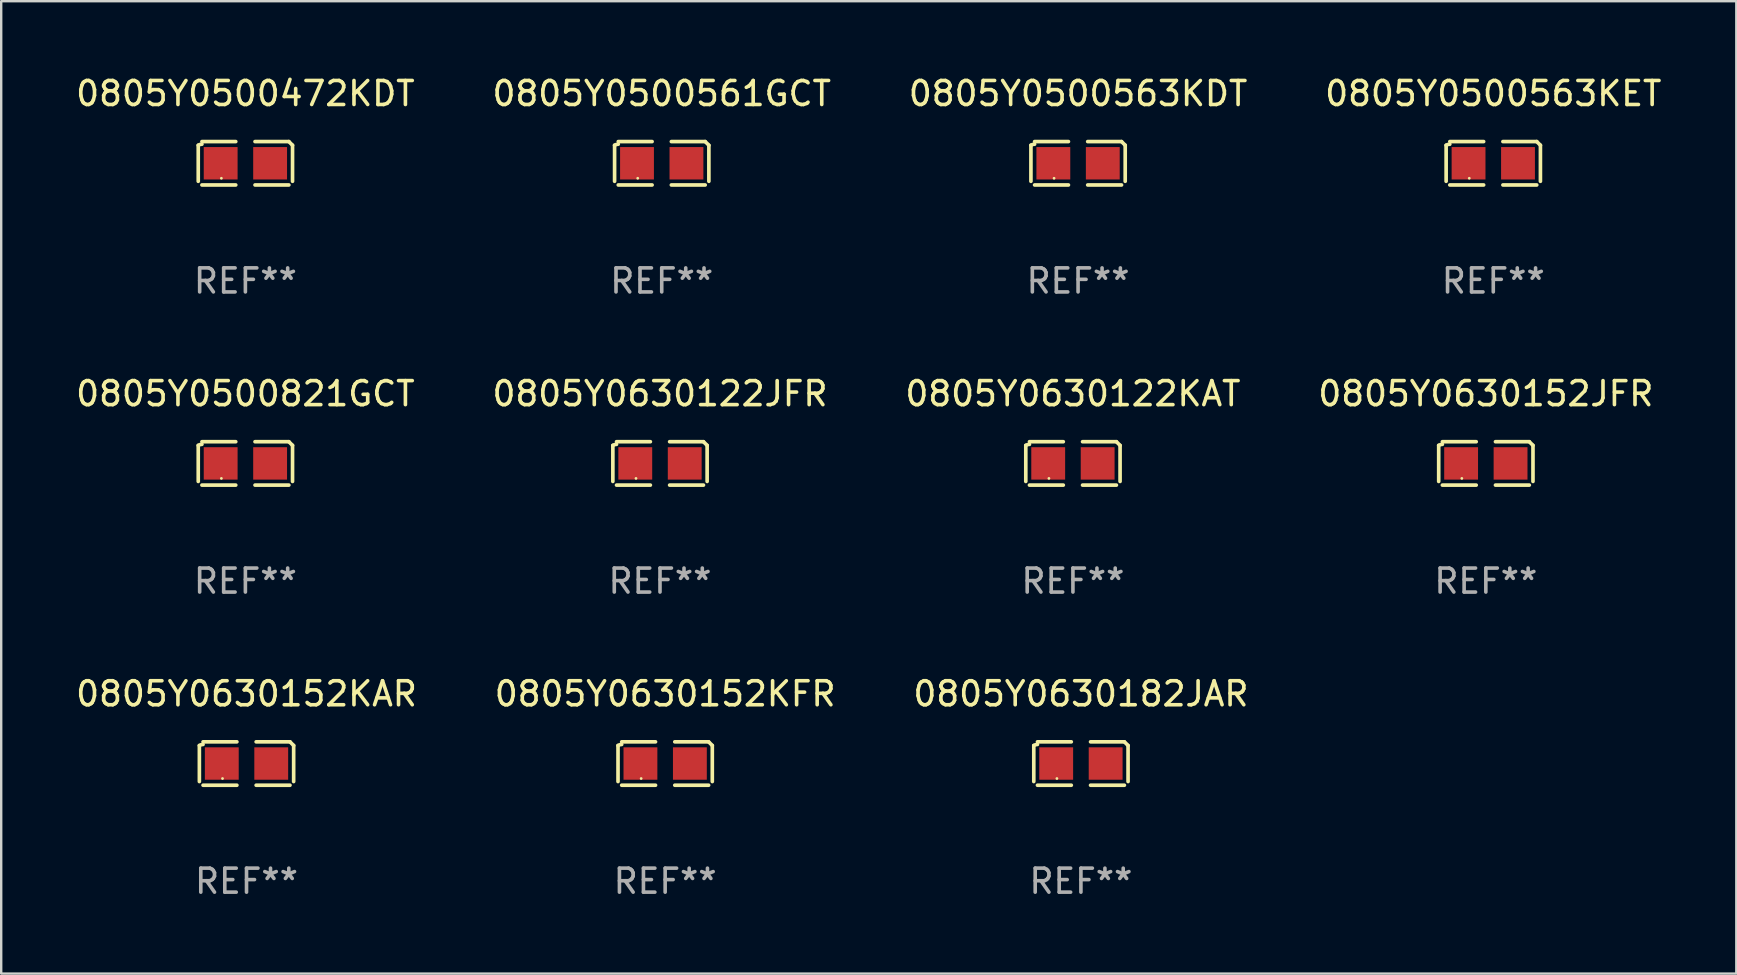
<source format=kicad_pcb>
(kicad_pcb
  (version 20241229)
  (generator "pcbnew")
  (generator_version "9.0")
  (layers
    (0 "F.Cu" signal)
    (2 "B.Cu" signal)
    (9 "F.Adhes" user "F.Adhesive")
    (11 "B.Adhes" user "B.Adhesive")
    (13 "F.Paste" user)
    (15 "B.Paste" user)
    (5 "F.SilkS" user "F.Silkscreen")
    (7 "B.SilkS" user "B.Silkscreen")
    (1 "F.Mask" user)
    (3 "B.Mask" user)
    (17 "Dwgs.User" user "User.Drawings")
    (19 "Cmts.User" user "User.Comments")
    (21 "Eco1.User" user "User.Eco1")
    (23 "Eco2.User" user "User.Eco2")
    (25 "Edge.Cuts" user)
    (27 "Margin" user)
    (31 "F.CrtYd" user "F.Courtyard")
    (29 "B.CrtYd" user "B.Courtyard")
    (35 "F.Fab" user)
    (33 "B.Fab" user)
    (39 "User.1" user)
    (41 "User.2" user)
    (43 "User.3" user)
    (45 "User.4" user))
  (footprint "0805Y0630152JFR"
    (layer "F.Cu")
    (at 58.851 16.256)
    (property "Reference" "0805Y0630152JFR" (at 0 -2.904 0) (layer "F.SilkS") (effects (font (size 1 1) (thickness 0.15))))
    (attr through_hole)
    (fp_line (start -1.964 0.751) (end -1.964 -0.751) (stroke (width 0.152) (type solid)) (layer "F.SilkS"))
    (fp_line (start -1.811 -0.904) (end -0.401 -0.904) (stroke (width 0.152) (type solid)) (layer "F.SilkS"))
    (fp_line (start -0.401 0.904) (end -1.811 0.904) (stroke (width 0.152) (type solid)) (layer "F.SilkS"))
    (fp_line (start 0.401 0.904) (end 1.811 0.904) (stroke (width 0.152) (type solid)) (layer "F.SilkS"))
    (fp_line (start 1.811 -0.904) (end 0.401 -0.904) (stroke (width 0.152) (type solid)) (layer "F.SilkS"))
    (fp_line (start 1.964 0.751) (end 1.964 -0.751) (stroke (width 0.152) (type solid)) (layer "F.SilkS"))
    (fp_arc (start -1.963602 -0.751207) (mid -1.890354 -0.783131) (end -1.811201 -0.794044) (stroke (width 0.1524) (type solid)) (layer "F.SilkS"))
    (fp_arc (start 1.811202 -0.903607) (mid 1.887413 -0.827418) (end 1.963602 -0.751207) (stroke (width 0.1524) (type solid)) (layer "F.SilkS"))
    (fp_circle (center -1 0.625) (end -0.97 0.625) (stroke (width 0.06) (type solid)) (fill no) (layer "F.SilkS"))
    (fp_text user "REF**" (at 0 4.904 0) (layer "F.Fab") (effects (font (size 1 1) (thickness 0.15))))
    (pad "1" smd rect (at -1.03 0) (size 1.41 1.35) (layers "F.Cu" "F.Mask" "F.Paste"))
    (pad "2" smd rect (at 1.03 0) (size 1.41 1.35) (layers "F.Cu" "F.Mask" "F.Paste")))
  (footprint "0805Y0500472KDT"
    (layer "F.Cu")
    (at 7.173 3.752)
    (property "Reference" "0805Y0500472KDT" (at 0 -2.904 0) (layer "F.SilkS") (effects (font (size 1 1) (thickness 0.15))))
    (attr through_hole)
    (fp_line (start -1.964 0.751) (end -1.964 -0.751) (stroke (width 0.152) (type solid)) (layer "F.SilkS"))
    (fp_line (start -1.811 -0.904) (end -0.401 -0.904) (stroke (width 0.152) (type solid)) (layer "F.SilkS"))
    (fp_line (start -0.401 0.904) (end -1.811 0.904) (stroke (width 0.152) (type solid)) (layer "F.SilkS"))
    (fp_line (start 0.401 0.904) (end 1.811 0.904) (stroke (width 0.152) (type solid)) (layer "F.SilkS"))
    (fp_line (start 1.811 -0.904) (end 0.401 -0.904) (stroke (width 0.152) (type solid)) (layer "F.SilkS"))
    (fp_line (start 1.964 0.751) (end 1.964 -0.751) (stroke (width 0.152) (type solid)) (layer "F.SilkS"))
    (fp_arc (start -1.963602 -0.751207) (mid -1.890354 -0.783131) (end -1.811201 -0.794044) (stroke (width 0.1524) (type solid)) (layer "F.SilkS"))
    (fp_arc (start 1.811202 -0.903607) (mid 1.887413 -0.827418) (end 1.963602 -0.751207) (stroke (width 0.1524) (type solid)) (layer "F.SilkS"))
    (fp_circle (center -1 0.625) (end -0.97 0.625) (stroke (width 0.06) (type solid)) (fill no) (layer "F.SilkS"))
    (fp_text user "REF**" (at 0 4.904 0) (layer "F.Fab") (effects (font (size 1 1) (thickness 0.15))))
    (pad "1" smd rect (at -1.03 0) (size 1.41 1.35) (layers "F.Cu" "F.Mask" "F.Paste"))
    (pad "2" smd rect (at 1.03 0) (size 1.41 1.35) (layers "F.Cu" "F.Mask" "F.Paste")))
  (footprint "0805Y0630152KAR"
    (layer "F.Cu")
    (at 7.22 28.759)
    (property "Reference" "0805Y0630152KAR" (at 0 -2.904 0) (layer "F.SilkS") (effects (font (size 1 1) (thickness 0.15))))
    (attr through_hole)
    (fp_line (start -1.964 0.751) (end -1.964 -0.751) (stroke (width 0.152) (type solid)) (layer "F.SilkS"))
    (fp_line (start -1.811 -0.904) (end -0.401 -0.904) (stroke (width 0.152) (type solid)) (layer "F.SilkS"))
    (fp_line (start -0.401 0.904) (end -1.811 0.904) (stroke (width 0.152) (type solid)) (layer "F.SilkS"))
    (fp_line (start 0.401 0.904) (end 1.811 0.904) (stroke (width 0.152) (type solid)) (layer "F.SilkS"))
    (fp_line (start 1.811 -0.904) (end 0.401 -0.904) (stroke (width 0.152) (type solid)) (layer "F.SilkS"))
    (fp_line (start 1.964 0.751) (end 1.964 -0.751) (stroke (width 0.152) (type solid)) (layer "F.SilkS"))
    (fp_arc (start -1.963602 -0.751207) (mid -1.890354 -0.783131) (end -1.811201 -0.794044) (stroke (width 0.1524) (type solid)) (layer "F.SilkS"))
    (fp_arc (start 1.811202 -0.903607) (mid 1.887413 -0.827418) (end 1.963602 -0.751207) (stroke (width 0.1524) (type solid)) (layer "F.SilkS"))
    (fp_circle (center -1 0.625) (end -0.97 0.625) (stroke (width 0.06) (type solid)) (fill no) (layer "F.SilkS"))
    (fp_text user "REF**" (at 0 4.904 0) (layer "F.Fab") (effects (font (size 1 1) (thickness 0.15))))
    (pad "1" smd rect (at -1.03 0) (size 1.41 1.35) (layers "F.Cu" "F.Mask" "F.Paste"))
    (pad "2" smd rect (at 1.03 0) (size 1.41 1.35) (layers "F.Cu" "F.Mask" "F.Paste")))
  (footprint "0805Y0500563KET"
    (layer "F.Cu")
    (at 59.161 3.752)
    (property "Reference" "0805Y0500563KET" (at 0 -2.904 0) (layer "F.SilkS") (effects (font (size 1 1) (thickness 0.15))))
    (attr through_hole)
    (fp_line (start -1.964 0.751) (end -1.964 -0.751) (stroke (width 0.152) (type solid)) (layer "F.SilkS"))
    (fp_line (start -1.811 -0.904) (end -0.401 -0.904) (stroke (width 0.152) (type solid)) (layer "F.SilkS"))
    (fp_line (start -0.401 0.904) (end -1.811 0.904) (stroke (width 0.152) (type solid)) (layer "F.SilkS"))
    (fp_line (start 0.401 0.904) (end 1.811 0.904) (stroke (width 0.152) (type solid)) (layer "F.SilkS"))
    (fp_line (start 1.811 -0.904) (end 0.401 -0.904) (stroke (width 0.152) (type solid)) (layer "F.SilkS"))
    (fp_line (start 1.964 0.751) (end 1.964 -0.751) (stroke (width 0.152) (type solid)) (layer "F.SilkS"))
    (fp_arc (start -1.963602 -0.751207) (mid -1.890354 -0.783131) (end -1.811201 -0.794044) (stroke (width 0.1524) (type solid)) (layer "F.SilkS"))
    (fp_arc (start 1.811202 -0.903607) (mid 1.887413 -0.827418) (end 1.963602 -0.751207) (stroke (width 0.1524) (type solid)) (layer "F.SilkS"))
    (fp_circle (center -1 0.625) (end -0.97 0.625) (stroke (width 0.06) (type solid)) (fill no) (layer "F.SilkS"))
    (fp_text user "REF**" (at 0 4.904 0) (layer "F.Fab") (effects (font (size 1 1) (thickness 0.15))))
    (pad "1" smd rect (at -1.03 0) (size 1.41 1.35) (layers "F.Cu" "F.Mask" "F.Paste"))
    (pad "2" smd rect (at 1.03 0) (size 1.41 1.35) (layers "F.Cu" "F.Mask" "F.Paste")))
  (footprint "0805Y0630122JFR"
    (layer "F.Cu")
    (at 24.446 16.256)
    (property "Reference" "0805Y0630122JFR" (at 0 -2.904 0) (layer "F.SilkS") (effects (font (size 1 1) (thickness 0.15))))
    (attr through_hole)
    (fp_line (start -1.964 0.751) (end -1.964 -0.751) (stroke (width 0.152) (type solid)) (layer "F.SilkS"))
    (fp_line (start -1.811 -0.904) (end -0.401 -0.904) (stroke (width 0.152) (type solid)) (layer "F.SilkS"))
    (fp_line (start -0.401 0.904) (end -1.811 0.904) (stroke (width 0.152) (type solid)) (layer "F.SilkS"))
    (fp_line (start 0.401 0.904) (end 1.811 0.904) (stroke (width 0.152) (type solid)) (layer "F.SilkS"))
    (fp_line (start 1.811 -0.904) (end 0.401 -0.904) (stroke (width 0.152) (type solid)) (layer "F.SilkS"))
    (fp_line (start 1.964 0.751) (end 1.964 -0.751) (stroke (width 0.152) (type solid)) (layer "F.SilkS"))
    (fp_arc (start -1.963602 -0.751207) (mid -1.890354 -0.783131) (end -1.811201 -0.794044) (stroke (width 0.1524) (type solid)) (layer "F.SilkS"))
    (fp_arc (start 1.811202 -0.903607) (mid 1.887413 -0.827418) (end 1.963602 -0.751207) (stroke (width 0.1524) (type solid)) (layer "F.SilkS"))
    (fp_circle (center -1 0.625) (end -0.97 0.625) (stroke (width 0.06) (type solid)) (fill no) (layer "F.SilkS"))
    (fp_text user "REF**" (at 0 4.904 0) (layer "F.Fab") (effects (font (size 1 1) (thickness 0.15))))
    (pad "1" smd rect (at -1.03 0) (size 1.41 1.35) (layers "F.Cu" "F.Mask" "F.Paste"))
    (pad "2" smd rect (at 1.03 0) (size 1.41 1.35) (layers "F.Cu" "F.Mask" "F.Paste")))
  (footprint "0805Y0630122KAT"
    (layer "F.Cu")
    (at 41.649 16.256)
    (property "Reference" "0805Y0630122KAT" (at 0 -2.904 0) (layer "F.SilkS") (effects (font (size 1 1) (thickness 0.15))))
    (attr through_hole)
    (fp_line (start -1.964 0.751) (end -1.964 -0.751) (stroke (width 0.152) (type solid)) (layer "F.SilkS"))
    (fp_line (start -1.811 -0.904) (end -0.401 -0.904) (stroke (width 0.152) (type solid)) (layer "F.SilkS"))
    (fp_line (start -0.401 0.904) (end -1.811 0.904) (stroke (width 0.152) (type solid)) (layer "F.SilkS"))
    (fp_line (start 0.401 0.904) (end 1.811 0.904) (stroke (width 0.152) (type solid)) (layer "F.SilkS"))
    (fp_line (start 1.811 -0.904) (end 0.401 -0.904) (stroke (width 0.152) (type solid)) (layer "F.SilkS"))
    (fp_line (start 1.964 0.751) (end 1.964 -0.751) (stroke (width 0.152) (type solid)) (layer "F.SilkS"))
    (fp_arc (start -1.963602 -0.751207) (mid -1.890354 -0.783131) (end -1.811201 -0.794044) (stroke (width 0.1524) (type solid)) (layer "F.SilkS"))
    (fp_arc (start 1.811202 -0.903607) (mid 1.887413 -0.827418) (end 1.963602 -0.751207) (stroke (width 0.1524) (type solid)) (layer "F.SilkS"))
    (fp_circle (center -1 0.625) (end -0.97 0.625) (stroke (width 0.06) (type solid)) (fill no) (layer "F.SilkS"))
    (fp_text user "REF**" (at 0 4.904 0) (layer "F.Fab") (effects (font (size 1 1) (thickness 0.15))))
    (pad "1" smd rect (at -1.03 0) (size 1.41 1.35) (layers "F.Cu" "F.Mask" "F.Paste"))
    (pad "2" smd rect (at 1.03 0) (size 1.41 1.35) (layers "F.Cu" "F.Mask" "F.Paste")))
  (footprint "0805Y0500821GCT"
    (layer "F.Cu")
    (at 7.173 16.256)
    (property "Reference" "0805Y0500821GCT" (at 0 -2.904 0) (layer "F.SilkS") (effects (font (size 1 1) (thickness 0.15))))
    (attr through_hole)
    (fp_line (start -1.964 0.751) (end -1.964 -0.751) (stroke (width 0.152) (type solid)) (layer "F.SilkS"))
    (fp_line (start -1.811 -0.904) (end -0.401 -0.904) (stroke (width 0.152) (type solid)) (layer "F.SilkS"))
    (fp_line (start -0.401 0.904) (end -1.811 0.904) (stroke (width 0.152) (type solid)) (layer "F.SilkS"))
    (fp_line (start 0.401 0.904) (end 1.811 0.904) (stroke (width 0.152) (type solid)) (layer "F.SilkS"))
    (fp_line (start 1.811 -0.904) (end 0.401 -0.904) (stroke (width 0.152) (type solid)) (layer "F.SilkS"))
    (fp_line (start 1.964 0.751) (end 1.964 -0.751) (stroke (width 0.152) (type solid)) (layer "F.SilkS"))
    (fp_arc (start -1.963602 -0.751207) (mid -1.890354 -0.783131) (end -1.811201 -0.794044) (stroke (width 0.1524) (type solid)) (layer "F.SilkS"))
    (fp_arc (start 1.811202 -0.903607) (mid 1.887413 -0.827418) (end 1.963602 -0.751207) (stroke (width 0.1524) (type solid)) (layer "F.SilkS"))
    (fp_circle (center -1 0.625) (end -0.97 0.625) (stroke (width 0.06) (type solid)) (fill no) (layer "F.SilkS"))
    (fp_text user "REF**" (at 0 4.904 0) (layer "F.Fab") (effects (font (size 1 1) (thickness 0.15))))
    (pad "1" smd rect (at -1.03 0) (size 1.41 1.35) (layers "F.Cu" "F.Mask" "F.Paste"))
    (pad "2" smd rect (at 1.03 0) (size 1.41 1.35) (layers "F.Cu" "F.Mask" "F.Paste")))
  (footprint "0805Y0500561GCT"
    (layer "F.Cu")
    (at 24.518 3.752)
    (property "Reference" "0805Y0500561GCT" (at 0 -2.904 0) (layer "F.SilkS") (effects (font (size 1 1) (thickness 0.15))))
    (attr through_hole)
    (fp_line (start -1.964 0.751) (end -1.964 -0.751) (stroke (width 0.152) (type solid)) (layer "F.SilkS"))
    (fp_line (start -1.811 -0.904) (end -0.401 -0.904) (stroke (width 0.152) (type solid)) (layer "F.SilkS"))
    (fp_line (start -0.401 0.904) (end -1.811 0.904) (stroke (width 0.152) (type solid)) (layer "F.SilkS"))
    (fp_line (start 0.401 0.904) (end 1.811 0.904) (stroke (width 0.152) (type solid)) (layer "F.SilkS"))
    (fp_line (start 1.811 -0.904) (end 0.401 -0.904) (stroke (width 0.152) (type solid)) (layer "F.SilkS"))
    (fp_line (start 1.964 0.751) (end 1.964 -0.751) (stroke (width 0.152) (type solid)) (layer "F.SilkS"))
    (fp_arc (start -1.963602 -0.751207) (mid -1.890354 -0.783131) (end -1.811201 -0.794044) (stroke (width 0.1524) (type solid)) (layer "F.SilkS"))
    (fp_arc (start 1.811202 -0.903607) (mid 1.887413 -0.827418) (end 1.963602 -0.751207) (stroke (width 0.1524) (type solid)) (layer "F.SilkS"))
    (fp_circle (center -1 0.625) (end -0.97 0.625) (stroke (width 0.06) (type solid)) (fill no) (layer "F.SilkS"))
    (fp_text user "REF**" (at 0 4.904 0) (layer "F.Fab") (effects (font (size 1 1) (thickness 0.15))))
    (pad "1" smd rect (at -1.03 0) (size 1.41 1.35) (layers "F.Cu" "F.Mask" "F.Paste"))
    (pad "2" smd rect (at 1.03 0) (size 1.41 1.35) (layers "F.Cu" "F.Mask" "F.Paste")))
  (footprint "0805Y0630182JAR"
    (layer "F.Cu")
    (at 41.982 28.759)
    (property "Reference" "0805Y0630182JAR" (at 0 -2.904 0) (layer "F.SilkS") (effects (font (size 1 1) (thickness 0.15))))
    (attr through_hole)
    (fp_line (start -1.964 0.751) (end -1.964 -0.751) (stroke (width 0.152) (type solid)) (layer "F.SilkS"))
    (fp_line (start -1.811 -0.904) (end -0.401 -0.904) (stroke (width 0.152) (type solid)) (layer "F.SilkS"))
    (fp_line (start -0.401 0.904) (end -1.811 0.904) (stroke (width 0.152) (type solid)) (layer "F.SilkS"))
    (fp_line (start 0.401 0.904) (end 1.811 0.904) (stroke (width 0.152) (type solid)) (layer "F.SilkS"))
    (fp_line (start 1.811 -0.904) (end 0.401 -0.904) (stroke (width 0.152) (type solid)) (layer "F.SilkS"))
    (fp_line (start 1.964 0.751) (end 1.964 -0.751) (stroke (width 0.152) (type solid)) (layer "F.SilkS"))
    (fp_arc (start -1.963602 -0.751207) (mid -1.890354 -0.783131) (end -1.811201 -0.794044) (stroke (width 0.1524) (type solid)) (layer "F.SilkS"))
    (fp_arc (start 1.811202 -0.903607) (mid 1.887413 -0.827418) (end 1.963602 -0.751207) (stroke (width 0.1524) (type solid)) (layer "F.SilkS"))
    (fp_circle (center -1 0.625) (end -0.97 0.625) (stroke (width 0.06) (type solid)) (fill no) (layer "F.SilkS"))
    (fp_text user "REF**" (at 0 4.904 0) (layer "F.Fab") (effects (font (size 1 1) (thickness 0.15))))
    (pad "1" smd rect (at -1.03 0) (size 1.41 1.35) (layers "F.Cu" "F.Mask" "F.Paste"))
    (pad "2" smd rect (at 1.03 0) (size 1.41 1.35) (layers "F.Cu" "F.Mask" "F.Paste")))
  (footprint "0805Y0630152KFR"
    (layer "F.Cu")
    (at 24.661 28.759)
    (property "Reference" "0805Y0630152KFR" (at 0 -2.904 0) (layer "F.SilkS") (effects (font (size 1 1) (thickness 0.15))))
    (attr through_hole)
    (fp_line (start -1.964 0.751) (end -1.964 -0.751) (stroke (width 0.152) (type solid)) (layer "F.SilkS"))
    (fp_line (start -1.811 -0.904) (end -0.401 -0.904) (stroke (width 0.152) (type solid)) (layer "F.SilkS"))
    (fp_line (start -0.401 0.904) (end -1.811 0.904) (stroke (width 0.152) (type solid)) (layer "F.SilkS"))
    (fp_line (start 0.401 0.904) (end 1.811 0.904) (stroke (width 0.152) (type solid)) (layer "F.SilkS"))
    (fp_line (start 1.811 -0.904) (end 0.401 -0.904) (stroke (width 0.152) (type solid)) (layer "F.SilkS"))
    (fp_line (start 1.964 0.751) (end 1.964 -0.751) (stroke (width 0.152) (type solid)) (layer "F.SilkS"))
    (fp_arc (start -1.963602 -0.751207) (mid -1.890354 -0.783131) (end -1.811201 -0.794044) (stroke (width 0.1524) (type solid)) (layer "F.SilkS"))
    (fp_arc (start 1.811202 -0.903607) (mid 1.887413 -0.827418) (end 1.963602 -0.751207) (stroke (width 0.1524) (type solid)) (layer "F.SilkS"))
    (fp_circle (center -1 0.625) (end -0.97 0.625) (stroke (width 0.06) (type solid)) (fill no) (layer "F.SilkS"))
    (fp_text user "REF**" (at 0 4.904 0) (layer "F.Fab") (effects (font (size 1 1) (thickness 0.15))))
    (pad "1" smd rect (at -1.03 0) (size 1.41 1.35) (layers "F.Cu" "F.Mask" "F.Paste"))
    (pad "2" smd rect (at 1.03 0) (size 1.41 1.35) (layers "F.Cu" "F.Mask" "F.Paste")))
  (footprint "0805Y0500563KDT"
    (layer "F.Cu")
    (at 41.863 3.752)
    (property "Reference" "0805Y0500563KDT" (at 0 -2.904 0) (layer "F.SilkS") (effects (font (size 1 1) (thickness 0.15))))
    (attr through_hole)
    (fp_line (start -1.964 0.751) (end -1.964 -0.751) (stroke (width 0.152) (type solid)) (layer "F.SilkS"))
    (fp_line (start -1.811 -0.904) (end -0.401 -0.904) (stroke (width 0.152) (type solid)) (layer "F.SilkS"))
    (fp_line (start -0.401 0.904) (end -1.811 0.904) (stroke (width 0.152) (type solid)) (layer "F.SilkS"))
    (fp_line (start 0.401 0.904) (end 1.811 0.904) (stroke (width 0.152) (type solid)) (layer "F.SilkS"))
    (fp_line (start 1.811 -0.904) (end 0.401 -0.904) (stroke (width 0.152) (type solid)) (layer "F.SilkS"))
    (fp_line (start 1.964 0.751) (end 1.964 -0.751) (stroke (width 0.152) (type solid)) (layer "F.SilkS"))
    (fp_arc (start -1.963602 -0.751207) (mid -1.890354 -0.783131) (end -1.811201 -0.794044) (stroke (width 0.1524) (type solid)) (layer "F.SilkS"))
    (fp_arc (start 1.811202 -0.903607) (mid 1.887413 -0.827418) (end 1.963602 -0.751207) (stroke (width 0.1524) (type solid)) (layer "F.SilkS"))
    (fp_circle (center -1 0.625) (end -0.97 0.625) (stroke (width 0.06) (type solid)) (fill no) (layer "F.SilkS"))
    (fp_text user "REF**" (at 0 4.904 0) (layer "F.Fab") (effects (font (size 1 1) (thickness 0.15))))
    (pad "1" smd rect (at -1.03 0) (size 1.41 1.35) (layers "F.Cu" "F.Mask" "F.Paste"))
    (pad "2" smd rect (at 1.03 0) (size 1.41 1.35) (layers "F.Cu" "F.Mask" "F.Paste")))
  (gr_rect
    (start -3 -3)
    (end 69.286 37.511)
    (stroke (width 0.1) (type default))
    (fill no)
    (layer "Edge.Cuts")))
</source>
